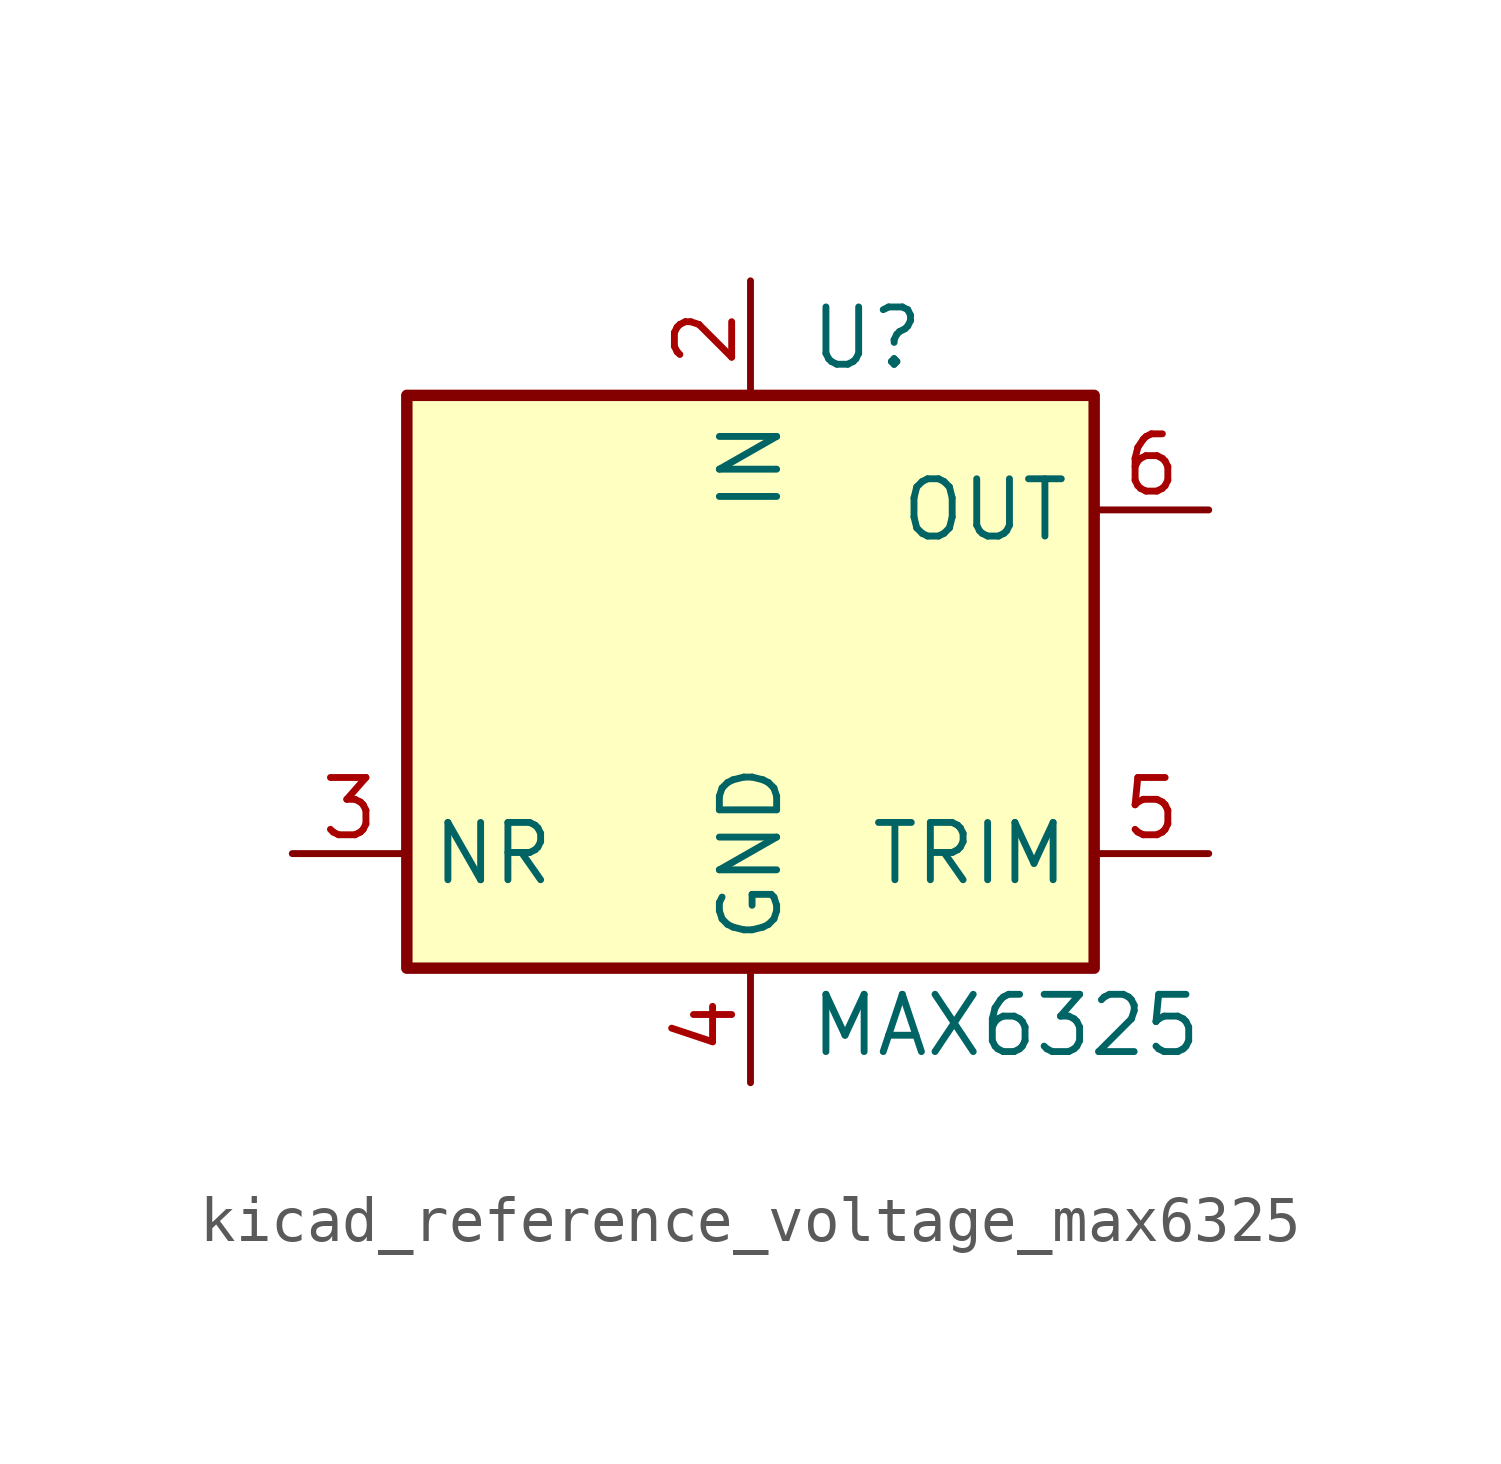
<source format=kicad_sym>
(kicad_symbol_lib
  (version 20220914)
  (generator kicad_symbol_editor)
  (symbol "kicad_reference_voltage_max6325"
    (property "Reference" "U"
      (at 1.27 6.35 0)
      (effects (font (size 1.27 1.27)) (justify left)))
    (property "Value" "MAX6325"
      (at 1.27 -8.89 0)
      (effects (font (size 1.27 1.27)) (justify left)))
    (symbol "kicad_reference_voltage_max6325_0_1"
      (rectangle (start -7.62 5.08) (end 7.62 -7.62) (stroke (width 0.254) (type default)) (fill (type background))))
    (symbol "kicad_reference_voltage_max6325_1_1"
      (pin no_connect line (at -7.62 -2.54 0) (length 2.54) hide (name "NC" (effects (font (size 1.27 1.27)))) (number "1" (effects (font (size 1.27 1.27)))))
      (pin power_in line (at 0 7.62 270) (length 2.54) (name "IN" (effects (font (size 1.27 1.27)))) (number "2" (effects (font (size 1.27 1.27)))))
      (pin passive line (at -10.16 -5.08 0) (length 2.54) (name "NR" (effects (font (size 1.27 1.27)))) (number "3" (effects (font (size 1.27 1.27)))))
      (pin power_in line (at 0 -10.16 90) (length 2.54) (name "GND" (effects (font (size 1.27 1.27)))) (number "4" (effects (font (size 1.27 1.27)))))
      (pin passive line (at 10.16 -5.08 180) (length 2.54) (name "TRIM" (effects (font (size 1.27 1.27)))) (number "5" (effects (font (size 1.27 1.27)))))
      (pin power_out line (at 10.16 2.54 180) (length 2.54) (name "OUT" (effects (font (size 1.27 1.27)))) (number "6" (effects (font (size 1.27 1.27)))))
      (pin no_connect line (at 7.62 0 180) (length 2.54) hide (name "NC" (effects (font (size 1.27 1.27)))) (number "7" (effects (font (size 1.27 1.27)))))
      (pin no_connect line (at 7.62 -2.54 180) (length 2.54) hide (name "NC" (effects (font (size 1.27 1.27)))) (number "8" (effects (font (size 1.27 1.27))))))))
</source>
